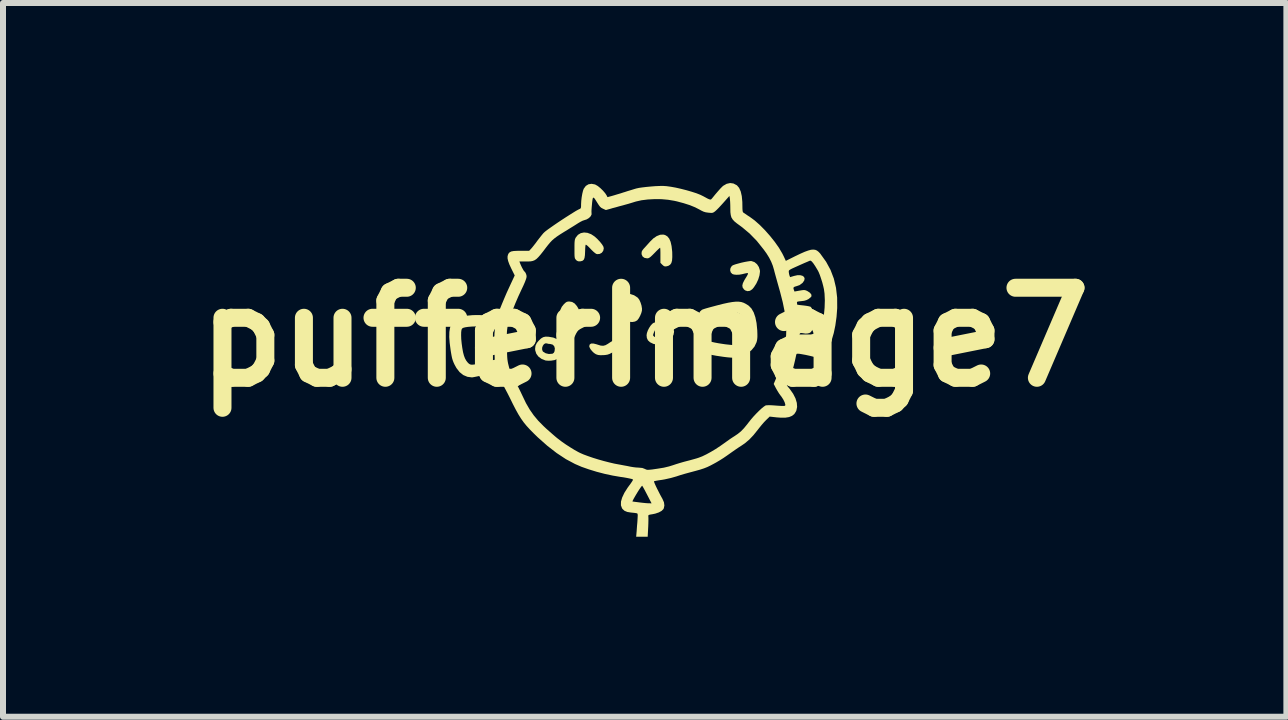
<source format=kicad_pcb>
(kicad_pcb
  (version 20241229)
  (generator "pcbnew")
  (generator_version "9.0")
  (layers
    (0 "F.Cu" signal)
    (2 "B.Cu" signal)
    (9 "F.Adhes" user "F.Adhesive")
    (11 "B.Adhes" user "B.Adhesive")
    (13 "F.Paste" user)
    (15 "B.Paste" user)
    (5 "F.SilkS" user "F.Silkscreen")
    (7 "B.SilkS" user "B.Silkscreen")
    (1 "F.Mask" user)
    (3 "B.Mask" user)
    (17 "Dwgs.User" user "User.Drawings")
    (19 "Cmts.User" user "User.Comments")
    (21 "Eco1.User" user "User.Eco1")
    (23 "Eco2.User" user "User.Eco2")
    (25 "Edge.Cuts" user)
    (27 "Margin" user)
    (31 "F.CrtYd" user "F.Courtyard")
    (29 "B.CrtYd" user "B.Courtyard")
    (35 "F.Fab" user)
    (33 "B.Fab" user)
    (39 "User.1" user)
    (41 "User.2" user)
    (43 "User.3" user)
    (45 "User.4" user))
  (footprint "pufferImage7"
    (layer "F.Cu")
    (at 7.693 2.567)
    (property "Reference" "pufferImage7" (at 0 0 0) (layer "F.SilkS") (effects (font (size 1.5 1.5) (thickness 0.3))))
    (attr board_only exclude_from_pos_files exclude_from_bom)
    (fp_poly (pts (xy -0.242 -0.718) (xy -0.177 -0.697) (xy -0.118 -0.658) (xy -0.112 -0.652) (xy -0.089 -0.621) (xy -0.069 -0.576) (xy -0.053 -0.525) (xy -0.045 -0.475) (xy -0.046 -0.44) (xy -0.057 -0.399) (xy -0.076 -0.354) (xy -0.099 -0.312) (xy -0.123 -0.281) (xy -0.126 -0.278) (xy -0.161 -0.259) (xy -0.205 -0.251) (xy -0.252 -0.254) (xy -0.281 -0.264) (xy -0.326 -0.298) (xy -0.361 -0.348) (xy -0.385 -0.413) (xy -0.397 -0.49) (xy -0.399 -0.531) (xy -0.392 -0.6) (xy -0.374 -0.654) (xy -0.344 -0.693) (xy -0.303 -0.715) (xy -0.253 -0.719)) (stroke (width 0) (type solid)) (fill yes) (layer "F.SilkS"))
    (fp_poly (pts (xy -1.209 -0.585) (xy -1.166 -0.559) (xy -1.128 -0.514) (xy -1.1 -0.465) (xy -1.082 -0.426) (xy -1.072 -0.395) (xy -1.067 -0.362) (xy -1.065 -0.318) (xy -1.065 -0.305) (xy -1.066 -0.259) (xy -1.069 -0.228) (xy -1.076 -0.204) (xy -1.088 -0.183) (xy -1.093 -0.175) (xy -1.135 -0.129) (xy -1.182 -0.099) (xy -1.232 -0.086) (xy -1.281 -0.092) (xy -1.313 -0.108) (xy -1.35 -0.143) (xy -1.38 -0.193) (xy -1.403 -0.254) (xy -1.415 -0.32) (xy -1.415 -0.331) (xy -1.415 -0.401) (xy -1.404 -0.457) (xy -1.381 -0.505) (xy -1.349 -0.545) (xy -1.321 -0.572) (xy -1.3 -0.586) (xy -1.278 -0.592) (xy -1.257 -0.593)) (stroke (width 0) (type solid)) (fill yes) (layer "F.SilkS"))
    (fp_poly (pts (xy -0.49 0.06) (xy -0.483 0.063) (xy -0.453 0.085) (xy -0.437 0.118) (xy -0.437 0.156) (xy -0.453 0.194) (xy -0.46 0.203) (xy -0.478 0.217) (xy -0.507 0.237) (xy -0.543 0.259) (xy -0.545 0.26) (xy -0.586 0.281) (xy -0.621 0.293) (xy -0.66 0.299) (xy -0.692 0.301) (xy -0.741 0.302) (xy -0.777 0.298) (xy -0.807 0.288) (xy -0.814 0.285) (xy -0.846 0.264) (xy -0.877 0.234) (xy -0.904 0.2) (xy -0.92 0.168) (xy -0.924 0.152) (xy -0.916 0.123) (xy -0.893 0.108) (xy -0.855 0.107) (xy -0.803 0.12) (xy -0.785 0.126) (xy -0.733 0.142) (xy -0.691 0.145) (xy -0.653 0.135) (xy -0.614 0.113) (xy -0.572 0.085) (xy -0.542 0.067) (xy -0.521 0.058) (xy -0.505 0.056)) (stroke (width 0) (type solid)) (fill yes) (layer "F.SilkS"))
    (fp_poly (pts (xy 1.781 -1.266) (xy 1.83 -1.249) (xy 1.872 -1.214) (xy 1.902 -1.168) (xy 1.919 -1.115) (xy 1.921 -1.091) (xy 1.913 -1.029) (xy 1.892 -0.96) (xy 1.86 -0.892) (xy 1.82 -0.83) (xy 1.791 -0.796) (xy 1.754 -0.771) (xy 1.713 -0.765) (xy 1.674 -0.778) (xy 1.655 -0.794) (xy 1.633 -0.824) (xy 1.627 -0.858) (xy 1.636 -0.898) (xy 1.661 -0.948) (xy 1.674 -0.97) (xy 1.696 -1.005) (xy 1.713 -1.035) (xy 1.721 -1.054) (xy 1.721 -1.057) (xy 1.72 -1.064) (xy 1.713 -1.067) (xy 1.697 -1.065) (xy 1.668 -1.059) (xy 1.623 -1.048) (xy 1.577 -1.04) (xy 1.529 -1.038) (xy 1.488 -1.042) (xy 1.461 -1.051) (xy 1.434 -1.078) (xy 1.424 -1.114) (xy 1.43 -1.151) (xy 1.452 -1.185) (xy 1.456 -1.188) (xy 1.475 -1.199) (xy 1.511 -1.212) (xy 1.557 -1.225) (xy 1.609 -1.239) (xy 1.663 -1.251) (xy 1.712 -1.26) (xy 1.753 -1.266) (xy 1.779 -1.267)) (stroke (width 0) (type solid)) (fill yes) (layer "F.SilkS"))
    (fp_poly (pts (xy 0.339 -1.701) (xy 0.378 -1.678) (xy 0.409 -1.64) (xy 0.432 -1.587) (xy 0.448 -1.516) (xy 0.458 -1.427) (xy 0.459 -1.411) (xy 0.46 -1.335) (xy 0.456 -1.276) (xy 0.444 -1.234) (xy 0.423 -1.205) (xy 0.394 -1.187) (xy 0.364 -1.179) (xy 0.337 -1.177) (xy 0.316 -1.186) (xy 0.294 -1.205) (xy 0.262 -1.237) (xy 0.262 -1.364) (xy 0.262 -1.412) (xy 0.261 -1.453) (xy 0.259 -1.48) (xy 0.257 -1.49) (xy 0.257 -1.49) (xy 0.248 -1.483) (xy 0.227 -1.464) (xy 0.198 -1.436) (xy 0.164 -1.401) (xy 0.126 -1.363) (xy 0.098 -1.337) (xy 0.077 -1.322) (xy 0.06 -1.314) (xy 0.043 -1.312) (xy 0.04 -1.312) (xy -0.004 -1.32) (xy -0.035 -1.343) (xy -0.051 -1.378) (xy -0.052 -1.396) (xy -0.05 -1.422) (xy -0.038 -1.446) (xy -0.015 -1.475) (xy -0.008 -1.482) (xy 0.022 -1.515) (xy 0.058 -1.555) (xy 0.09 -1.591) (xy 0.145 -1.645) (xy 0.201 -1.683) (xy 0.257 -1.705) (xy 0.31 -1.708)) (stroke (width 0) (type solid)) (fill yes) (layer "F.SilkS"))
    (fp_poly (pts (xy -1.607 -0.006) (xy -1.598 -0.005) (xy -1.523 0.008) (xy -1.465 0.033) (xy -1.423 0.07) (xy -1.397 0.12) (xy -1.386 0.184) (xy -1.385 0.206) (xy -1.392 0.272) (xy -1.414 0.323) (xy -1.45 0.36) (xy -1.503 0.384) (xy -1.561 0.393) (xy -1.601 0.394) (xy -1.637 0.392) (xy -1.653 0.39) (xy -1.718 0.364) (xy -1.77 0.326) (xy -1.806 0.278) (xy -1.824 0.222) (xy -1.825 0.21) (xy -1.709 0.21) (xy -1.698 0.238) (xy -1.692 0.244) (xy -1.649 0.27) (xy -1.597 0.282) (xy -1.542 0.278) (xy -1.535 0.277) (xy -1.513 0.26) (xy -1.502 0.236) (xy -1.497 0.189) (xy -1.508 0.152) (xy -1.533 0.126) (xy -1.57 0.116) (xy -1.576 0.115) (xy -1.609 0.112) (xy -1.631 0.105) (xy -1.657 0.105) (xy -1.68 0.12) (xy -1.698 0.146) (xy -1.709 0.178) (xy -1.709 0.21) (xy -1.825 0.21) (xy -1.826 0.195) (xy -1.82 0.145) (xy -1.798 0.099) (xy -1.765 0.059) (xy -1.727 0.023) (xy -1.692 0.002) (xy -1.655 -0.007)) (stroke (width 0) (type solid)) (fill yes) (layer "F.SilkS"))
    (fp_poly (pts (xy -0.953 -1.737) (xy -0.892 -1.714) (xy -0.832 -1.674) (xy -0.79 -1.636) (xy -0.742 -1.584) (xy -0.709 -1.542) (xy -0.689 -1.509) (xy -0.682 -1.481) (xy -0.682 -1.478) (xy -0.691 -1.437) (xy -0.715 -1.405) (xy -0.749 -1.386) (xy -0.788 -1.382) (xy -0.806 -1.386) (xy -0.825 -1.398) (xy -0.854 -1.422) (xy -0.887 -1.454) (xy -0.904 -1.472) (xy -0.935 -1.504) (xy -0.96 -1.527) (xy -0.978 -1.539) (xy -0.983 -1.539) (xy -0.987 -1.526) (xy -0.99 -1.496) (xy -0.992 -1.455) (xy -0.993 -1.426) (xy -0.996 -1.363) (xy -1.003 -1.318) (xy -1.016 -1.288) (xy -1.037 -1.271) (xy -1.067 -1.263) (xy -1.077 -1.262) (xy -1.109 -1.263) (xy -1.133 -1.275) (xy -1.144 -1.286) (xy -1.154 -1.298) (xy -1.162 -1.31) (xy -1.166 -1.327) (xy -1.169 -1.352) (xy -1.17 -1.388) (xy -1.17 -1.441) (xy -1.17 -1.468) (xy -1.17 -1.529) (xy -1.169 -1.574) (xy -1.166 -1.606) (xy -1.162 -1.628) (xy -1.155 -1.646) (xy -1.149 -1.658) (xy -1.112 -1.704) (xy -1.065 -1.732) (xy -1.011 -1.743)) (stroke (width 0) (type solid)) (fill yes) (layer "F.SilkS"))
    (fp_poly (pts (xy 0.333 -0.275) (xy 0.388 -0.254) (xy 0.435 -0.218) (xy 0.449 -0.2) (xy 0.48 -0.144) (xy 0.49 -0.089) (xy 0.48 -0.036) (xy 0.448 0.017) (xy 0.42 0.046) (xy 0.387 0.075) (xy 0.353 0.098) (xy 0.331 0.111) (xy 0.292 0.121) (xy 0.242 0.125) (xy 0.191 0.122) (xy 0.148 0.114) (xy 0.142 0.112) (xy 0.089 0.086) (xy 0.054 0.054) (xy 0.036 0.014) (xy 0.032 -0.025) (xy 0.141 -0.025) (xy 0.159 -0.006) (xy 0.194 0.005) (xy 0.244 0.01) (xy 0.275 0.008) (xy 0.299 0.000038) (xy 0.324 -0.019) (xy 0.335 -0.03) (xy 0.364 -0.06) (xy 0.376 -0.084) (xy 0.371 -0.107) (xy 0.354 -0.131) (xy 0.336 -0.147) (xy 0.314 -0.155) (xy 0.28 -0.159) (xy 0.271 -0.159) (xy 0.234 -0.158) (xy 0.206 -0.153) (xy 0.195 -0.148) (xy 0.18 -0.129) (xy 0.164 -0.1) (xy 0.15 -0.068) (xy 0.141 -0.04) (xy 0.141 -0.025) (xy 0.032 -0.025) (xy 0.031 -0.029) (xy 0.037 -0.067) (xy 0.052 -0.11) (xy 0.074 -0.153) (xy 0.1 -0.192) (xy 0.127 -0.222) (xy 0.152 -0.239) (xy 0.162 -0.241) (xy 0.175 -0.245) (xy 0.2 -0.256) (xy 0.217 -0.263) (xy 0.274 -0.278)) (stroke (width 0) (type solid)) (fill yes) (layer "F.SilkS"))
    (fp_poly (pts (xy 1.567 -0.59) (xy 1.61 -0.584) (xy 1.648 -0.572) (xy 1.684 -0.554) (xy 1.721 -0.531) (xy 1.735 -0.521) (xy 1.779 -0.476) (xy 1.816 -0.412) (xy 1.844 -0.331) (xy 1.864 -0.234) (xy 1.875 -0.122) (xy 1.876 -0.109) (xy 1.878 -0.048) (xy 1.878 -0.002) (xy 1.875 0.033) (xy 1.87 0.063) (xy 1.863 0.088) (xy 1.83 0.158) (xy 1.779 0.219) (xy 1.711 0.27) (xy 1.627 0.312) (xy 1.575 0.329) (xy 1.543 0.338) (xy 1.512 0.342) (xy 1.476 0.344) (xy 1.432 0.342) (xy 1.376 0.337) (xy 1.304 0.328) (xy 1.291 0.326) (xy 1.191 0.311) (xy 1.111 0.296) (xy 1.048 0.28) (xy 1 0.263) (xy 0.967 0.242) (xy 0.946 0.218) (xy 0.936 0.19) (xy 0.934 0.168) (xy 0.939 0.131) (xy 0.957 0.102) (xy 0.959 0.1) (xy 0.985 0.079) (xy 1.014 0.069) (xy 1.05 0.068) (xy 1.098 0.076) (xy 1.126 0.082) (xy 1.171 0.092) (xy 1.23 0.103) (xy 1.294 0.113) (xy 1.349 0.121) (xy 1.405 0.127) (xy 1.445 0.131) (xy 1.474 0.133) (xy 1.497 0.131) (xy 1.517 0.126) (xy 1.541 0.117) (xy 1.546 0.115) (xy 1.585 0.098) (xy 1.62 0.076) (xy 1.636 0.062) (xy 1.652 0.045) (xy 1.662 0.026) (xy 1.668 0.000171) (xy 1.673 -0.039) (xy 1.674 -0.057) (xy 1.675 -0.151) (xy 1.664 -0.242) (xy 1.642 -0.323) (xy 1.64 -0.328) (xy 1.616 -0.364) (xy 1.579 -0.392) (xy 1.537 -0.408) (xy 1.52 -0.409) (xy 1.501 -0.407) (xy 1.467 -0.401) (xy 1.42 -0.391) (xy 1.366 -0.379) (xy 1.333 -0.371) (xy 1.24 -0.35) (xy 1.165 -0.333) (xy 1.106 -0.319) (xy 1.061 -0.309) (xy 1.028 -0.303) (xy 1.004 -0.299) (xy 0.988 -0.297) (xy 0.976 -0.298) (xy 0.967 -0.3) (xy 0.959 -0.303) (xy 0.956 -0.304) (xy 0.925 -0.326) (xy 0.909 -0.358) (xy 0.908 -0.393) (xy 0.922 -0.426) (xy 0.95 -0.452) (xy 0.961 -0.458) (xy 0.986 -0.467) (xy 1.025 -0.479) (xy 1.071 -0.492) (xy 1.093 -0.498) (xy 1.209 -0.529) (xy 1.307 -0.554) (xy 1.39 -0.572) (xy 1.459 -0.584) (xy 1.517 -0.59)) (stroke (width 0) (type solid)) (fill yes) (layer "F.SilkS"))
    (fp_poly (pts (xy 1.48 -2.559) (xy 1.533 -2.531) (xy 1.537 -2.529) (xy 1.573 -2.487) (xy 1.6 -2.427) (xy 1.618 -2.349) (xy 1.627 -2.252) (xy 1.628 -2.192) (xy 1.629 -2.135) (xy 1.632 -2.098) (xy 1.639 -2.079) (xy 1.64 -2.078) (xy 1.654 -2.068) (xy 1.681 -2.05) (xy 1.717 -2.025) (xy 1.75 -2.004) (xy 1.832 -1.944) (xy 1.918 -1.868) (xy 2.005 -1.78) (xy 2.089 -1.685) (xy 2.168 -1.586) (xy 2.237 -1.488) (xy 2.293 -1.393) (xy 2.316 -1.347) (xy 2.352 -1.27) (xy 2.412 -1.3) (xy 2.512 -1.35) (xy 2.596 -1.39) (xy 2.666 -1.421) (xy 2.724 -1.442) (xy 2.771 -1.455) (xy 2.809 -1.458) (xy 2.842 -1.454) (xy 2.87 -1.442) (xy 2.896 -1.422) (xy 2.922 -1.395) (xy 2.931 -1.383) (xy 3.023 -1.255) (xy 3.097 -1.119) (xy 3.152 -0.974) (xy 3.188 -0.821) (xy 3.207 -0.658) (xy 3.208 -0.484) (xy 3.197 -0.337) (xy 3.177 -0.194) (xy 3.151 -0.068) (xy 3.117 0.048) (xy 3.076 0.157) (xy 3.06 0.194) (xy 3.025 0.259) (xy 2.986 0.305) (xy 2.943 0.332) (xy 2.893 0.341) (xy 2.834 0.333) (xy 2.826 0.331) (xy 2.755 0.313) (xy 2.682 0.297) (xy 2.616 0.285) (xy 2.58 0.279) (xy 2.549 0.277) (xy 2.534 0.279) (xy 2.527 0.29) (xy 2.525 0.297) (xy 2.506 0.385) (xy 2.485 0.472) (xy 2.463 0.556) (xy 2.441 0.631) (xy 2.421 0.695) (xy 2.402 0.744) (xy 2.391 0.768) (xy 2.369 0.806) (xy 2.419 0.867) (xy 2.474 0.945) (xy 2.513 1.022) (xy 2.535 1.096) (xy 2.54 1.164) (xy 2.527 1.226) (xy 2.52 1.24) (xy 2.493 1.283) (xy 2.455 1.313) (xy 2.406 1.333) (xy 2.344 1.343) (xy 2.265 1.343) (xy 2.198 1.338) (xy 2.083 1.325) (xy 2.022 1.384) (xy 1.989 1.418) (xy 1.95 1.463) (xy 1.911 1.511) (xy 1.886 1.543) (xy 1.813 1.634) (xy 1.742 1.709) (xy 1.668 1.771) (xy 1.608 1.812) (xy 1.563 1.841) (xy 1.51 1.877) (xy 1.457 1.914) (xy 1.433 1.931) (xy 1.368 1.977) (xy 1.311 2.016) (xy 1.254 2.052) (xy 1.188 2.091) (xy 1.155 2.109) (xy 1.097 2.14) (xy 1.043 2.166) (xy 0.987 2.188) (xy 0.923 2.209) (xy 0.847 2.23) (xy 0.806 2.241) (xy 0.739 2.259) (xy 0.666 2.279) (xy 0.595 2.3) (xy 0.537 2.319) (xy 0.535 2.32) (xy 0.437 2.348) (xy 0.334 2.371) (xy 0.289 2.379) (xy 0.239 2.386) (xy 0.198 2.393) (xy 0.168 2.399) (xy 0.155 2.403) (xy 0.155 2.403) (xy 0.157 2.414) (xy 0.167 2.441) (xy 0.184 2.479) (xy 0.206 2.525) (xy 0.232 2.576) (xy 0.259 2.629) (xy 0.287 2.68) (xy 0.296 2.696) (xy 0.321 2.753) (xy 0.328 2.807) (xy 0.318 2.854) (xy 0.31 2.869) (xy 0.281 2.897) (xy 0.235 2.922) (xy 0.176 2.942) (xy 0.128 2.952) (xy 0.09 2.958) (xy 0.069 2.964) (xy 0.061 2.972) (xy 0.06 2.984) (xy 0.061 2.993) (xy 0.062 3.015) (xy 0.062 3.052) (xy 0.061 3.101) (xy 0.059 3.157) (xy 0.058 3.175) (xy 0.05 3.327) (xy -0.046 3.327) (xy -0.142 3.327) (xy -0.134 3.235) (xy -0.128 3.149) (xy -0.122 3.082) (xy -0.119 3.03) (xy -0.117 2.993) (xy -0.116 2.967) (xy -0.118 2.951) (xy -0.121 2.942) (xy -0.126 2.938) (xy -0.132 2.936) (xy -0.138 2.935) (xy -0.161 2.931) (xy -0.197 2.927) (xy -0.229 2.924) (xy -0.29 2.914) (xy -0.336 2.895) (xy -0.369 2.865) (xy -0.378 2.852) (xy -0.396 2.803) (xy -0.395 2.743) (xy -0.394 2.738) (xy -0.204 2.738) (xy -0.203 2.74) (xy -0.189 2.742) (xy -0.16 2.746) (xy -0.119 2.751) (xy -0.089 2.755) (xy -0.038 2.761) (xy 0.011 2.766) (xy 0.051 2.769) (xy 0.065 2.769) (xy 0.115 2.771) (xy 0.039 2.624) (xy 0.013 2.574) (xy -0.01 2.531) (xy -0.028 2.499) (xy -0.039 2.481) (xy -0.042 2.477) (xy -0.051 2.485) (xy -0.068 2.507) (xy -0.09 2.539) (xy -0.115 2.578) (xy -0.14 2.619) (xy -0.164 2.66) (xy -0.184 2.695) (xy -0.198 2.723) (xy -0.204 2.738) (xy -0.394 2.738) (xy -0.376 2.675) (xy -0.339 2.596) (xy -0.283 2.508) (xy -0.238 2.447) (xy -0.216 2.415) (xy -0.2 2.39) (xy -0.195 2.374) (xy -0.196 2.373) (xy -0.213 2.365) (xy -0.248 2.357) (xy -0.297 2.347) (xy -0.359 2.336) (xy -0.404 2.33) (xy -0.533 2.308) (xy -0.668 2.279) (xy -0.802 2.244) (xy -0.932 2.204) (xy -1.052 2.162) (xy -1.156 2.117) (xy -1.161 2.115) (xy -1.313 2.034) (xy -1.466 1.933) (xy -1.622 1.812) (xy -1.781 1.671) (xy -1.848 1.606) (xy -1.913 1.54) (xy -1.968 1.48) (xy -2.017 1.42) (xy -2.061 1.358) (xy -2.104 1.289) (xy -2.148 1.21) (xy -2.196 1.117) (xy -2.221 1.066) (xy -2.253 1.001) (xy -2.285 0.938) (xy -2.315 0.881) (xy -2.34 0.834) (xy -2.359 0.802) (xy -2.361 0.798) (xy -2.387 0.752) (xy -2.411 0.698) (xy -2.427 0.657) (xy -2.438 0.62) (xy -2.447 0.593) (xy -2.452 0.579) (xy -2.452 0.579) (xy -2.463 0.58) (xy -2.491 0.586) (xy -2.532 0.595) (xy -2.585 0.607) (xy -2.645 0.622) (xy -2.652 0.623) (xy -2.715 0.639) (xy -2.773 0.652) (xy -2.822 0.662) (xy -2.858 0.669) (xy -2.878 0.672) (xy -2.878 0.672) (xy -2.954 0.662) (xy -3.023 0.633) (xy -3.084 0.584) (xy -3.137 0.516) (xy -3.169 0.458) (xy -3.186 0.421) (xy -3.199 0.387) (xy -3.21 0.35) (xy -3.219 0.306) (xy -3.229 0.249) (xy -3.235 0.21) (xy -3.25 0.095) (xy -3.257 -0.002) (xy -3.256 -0.029) (xy -3.059 -0.029) (xy -3.057 0.034) (xy -3.05 0.105) (xy -3.04 0.178) (xy -3.027 0.252) (xy -3.012 0.309) (xy -2.995 0.354) (xy -2.974 0.392) (xy -2.95 0.423) (xy -2.932 0.441) (xy -2.914 0.453) (xy -2.893 0.46) (xy -2.864 0.46) (xy -2.826 0.455) (xy -2.774 0.444) (xy -2.705 0.428) (xy -2.7 0.426) (xy -2.645 0.413) (xy -2.596 0.401) (xy -2.556 0.391) (xy -2.531 0.385) (xy -2.527 0.384) (xy -2.499 0.378) (xy -2.504 0.197) (xy -2.506 0.128) (xy -2.506 0.058) (xy -2.505 -0.004) (xy -2.297 -0.004) (xy -2.297 0.06) (xy -2.296 0.141) (xy -2.296 0.142) (xy -2.295 0.22) (xy -2.293 0.282) (xy -2.291 0.33) (xy -2.288 0.37) (xy -2.283 0.404) (xy -2.277 0.437) (xy -2.268 0.473) (xy -2.259 0.509) (xy -2.238 0.58) (xy -2.216 0.639) (xy -2.195 0.683) (xy -2.192 0.687) (xy -2.149 0.758) (xy -2.111 0.826) (xy -2.075 0.898) (xy -2.037 0.978) (xy -1.978 1.101) (xy -1.916 1.208) (xy -1.849 1.304) (xy -1.773 1.395) (xy -1.684 1.485) (xy -1.637 1.529) (xy -1.587 1.573) (xy -1.538 1.616) (xy -1.493 1.655) (xy -1.457 1.685) (xy -1.441 1.697) (xy -1.381 1.743) (xy -1.312 1.791) (xy -1.239 1.838) (xy -1.169 1.881) (xy -1.106 1.916) (xy -1.076 1.931) (xy -1.019 1.956) (xy -0.946 1.983) (xy -0.862 2.012) (xy -0.771 2.04) (xy -0.679 2.066) (xy -0.589 2.089) (xy -0.508 2.108) (xy -0.467 2.116) (xy -0.406 2.127) (xy -0.343 2.139) (xy -0.288 2.149) (xy -0.245 2.158) (xy -0.241 2.159) (xy -0.193 2.167) (xy -0.144 2.173) (xy -0.105 2.175) (xy -0.04 2.181) (xy -0.005 2.194) (xy 0.013 2.202) (xy 0.027 2.208) (xy 0.042 2.212) (xy 0.061 2.212) (xy 0.088 2.21) (xy 0.127 2.206) (xy 0.181 2.198) (xy 0.216 2.193) (xy 0.32 2.176) (xy 0.407 2.155) (xy 0.471 2.135) (xy 0.525 2.117) (xy 0.59 2.097) (xy 0.656 2.078) (xy 0.698 2.067) (xy 0.756 2.052) (xy 0.817 2.035) (xy 0.87 2.02) (xy 0.903 2.009) (xy 0.96 1.987) (xy 1.028 1.954) (xy 1.103 1.913) (xy 1.182 1.866) (xy 1.259 1.815) (xy 1.32 1.772) (xy 1.369 1.737) (xy 1.421 1.7) (xy 1.469 1.668) (xy 1.493 1.653) (xy 1.552 1.613) (xy 1.605 1.57) (xy 1.654 1.519) (xy 1.706 1.456) (xy 1.732 1.422) (xy 1.77 1.374) (xy 1.814 1.323) (xy 1.86 1.274) (xy 1.906 1.228) (xy 1.949 1.188) (xy 1.985 1.159) (xy 2.012 1.141) (xy 2.02 1.138) (xy 2.043 1.136) (xy 2.081 1.135) (xy 2.127 1.137) (xy 2.156 1.139) (xy 2.223 1.144) (xy 2.272 1.147) (xy 2.306 1.148) (xy 2.327 1.147) (xy 2.339 1.143) (xy 2.343 1.136) (xy 2.343 1.126) (xy 2.343 1.123) (xy 2.332 1.086) (xy 2.31 1.041) (xy 2.279 0.993) (xy 2.261 0.97) (xy 2.238 0.938) (xy 2.212 0.896) (xy 2.188 0.854) (xy 2.188 0.854) (xy 2.15 0.781) (xy 2.192 0.682) (xy 2.213 0.627) (xy 2.235 0.56) (xy 2.258 0.485) (xy 2.279 0.409) (xy 2.297 0.337) (xy 2.309 0.276) (xy 2.314 0.247) (xy 2.319 0.214) (xy 2.327 0.168) (xy 2.336 0.115) (xy 2.343 0.079) (xy 2.357 -0.032) (xy 2.36 -0.152) (xy 2.352 -0.282) (xy 2.332 -0.425) (xy 2.3 -0.582) (xy 2.256 -0.754) (xy 2.241 -0.807) (xy 2.221 -0.878) (xy 2.201 -0.95) (xy 2.182 -1.018) (xy 2.166 -1.077) (xy 2.163 -1.088) (xy 2.401 -1.088) (xy 2.401 -1.084) (xy 2.406 -1.051) (xy 2.413 -1.025) (xy 2.423 -0.999) (xy 2.486 -1.018) (xy 2.544 -1.031) (xy 2.592 -1.031) (xy 2.63 -1.021) (xy 2.655 -1.002) (xy 2.665 -0.976) (xy 2.659 -0.944) (xy 2.634 -0.907) (xy 2.627 -0.9) (xy 2.581 -0.866) (xy 2.532 -0.849) (xy 2.498 -0.839) (xy 2.481 -0.827) (xy 2.479 -0.808) (xy 2.487 -0.784) (xy 2.496 -0.759) (xy 2.58 -0.774) (xy 2.622 -0.781) (xy 2.651 -0.784) (xy 2.672 -0.782) (xy 2.693 -0.775) (xy 2.714 -0.765) (xy 2.753 -0.739) (xy 2.776 -0.711) (xy 2.78 -0.683) (xy 2.778 -0.678) (xy 2.766 -0.663) (xy 2.743 -0.644) (xy 2.729 -0.633) (xy 2.695 -0.616) (xy 2.658 -0.605) (xy 2.61 -0.599) (xy 2.571 -0.595) (xy 2.549 -0.591) (xy 2.539 -0.585) (xy 2.537 -0.574) (xy 2.538 -0.567) (xy 2.541 -0.547) (xy 2.543 -0.539) (xy 2.554 -0.538) (xy 2.581 -0.534) (xy 2.619 -0.53) (xy 2.647 -0.527) (xy 2.693 -0.521) (xy 2.732 -0.514) (xy 2.759 -0.507) (xy 2.767 -0.503) (xy 2.788 -0.474) (xy 2.794 -0.44) (xy 2.785 -0.408) (xy 2.761 -0.384) (xy 2.752 -0.379) (xy 2.728 -0.373) (xy 2.69 -0.367) (xy 2.647 -0.362) (xy 2.642 -0.361) (xy 2.6 -0.357) (xy 2.576 -0.352) (xy 2.566 -0.346) (xy 2.566 -0.339) (xy 2.57 -0.318) (xy 2.571 -0.289) (xy 2.571 -0.288) (xy 2.571 -0.251) (xy 2.632 -0.253) (xy 2.688 -0.252) (xy 2.73 -0.243) (xy 2.762 -0.224) (xy 2.764 -0.222) (xy 2.789 -0.188) (xy 2.797 -0.15) (xy 2.79 -0.113) (xy 2.768 -0.082) (xy 2.744 -0.067) (xy 2.711 -0.059) (xy 2.678 -0.058) (xy 2.677 -0.058) (xy 2.633 -0.065) (xy 2.605 -0.068) (xy 2.59 -0.064) (xy 2.582 -0.051) (xy 2.577 -0.026) (xy 2.573 0.003) (xy 2.568 0.04) (xy 2.565 0.067) (xy 2.564 0.08) (xy 2.564 0.08) (xy 2.575 0.083) (xy 2.602 0.087) (xy 2.639 0.092) (xy 2.656 0.094) (xy 2.705 0.101) (xy 2.754 0.11) (xy 2.792 0.118) (xy 2.797 0.119) (xy 2.821 0.125) (xy 2.839 0.127) (xy 2.852 0.121) (xy 2.864 0.106) (xy 2.877 0.078) (xy 2.893 0.035) (xy 2.905 -0.000311) (xy 2.939 -0.112) (xy 2.966 -0.235) (xy 2.986 -0.362) (xy 2.998 -0.489) (xy 3.002 -0.612) (xy 2.997 -0.724) (xy 2.987 -0.798) (xy 2.975 -0.851) (xy 2.959 -0.912) (xy 2.939 -0.975) (xy 2.919 -1.034) (xy 2.899 -1.083) (xy 2.884 -1.112) (xy 2.843 -1.18) (xy 2.81 -1.229) (xy 2.784 -1.26) (xy 2.765 -1.273) (xy 2.756 -1.274) (xy 2.741 -1.268) (xy 2.709 -1.254) (xy 2.666 -1.236) (xy 2.614 -1.213) (xy 2.567 -1.192) (xy 2.507 -1.165) (xy 2.463 -1.145) (xy 2.433 -1.13) (xy 2.414 -1.118) (xy 2.404 -1.109) (xy 2.401 -1.099) (xy 2.401 -1.088) (xy 2.163 -1.088) (xy 2.157 -1.113) (xy 2.135 -1.188) (xy 2.108 -1.256) (xy 2.074 -1.323) (xy 2.03 -1.394) (xy 1.983 -1.459) (xy 1.868 -1.603) (xy 1.748 -1.726) (xy 1.624 -1.83) (xy 1.597 -1.85) (xy 1.538 -1.893) (xy 1.495 -1.928) (xy 1.465 -1.961) (xy 1.445 -1.994) (xy 1.434 -2.034) (xy 1.428 -2.082) (xy 1.427 -2.144) (xy 1.427 -2.151) (xy 1.426 -2.204) (xy 1.424 -2.253) (xy 1.421 -2.292) (xy 1.419 -2.312) (xy 1.412 -2.352) (xy 1.31 -2.237) (xy 1.271 -2.194) (xy 1.233 -2.153) (xy 1.2 -2.12) (xy 1.176 -2.098) (xy 1.171 -2.094) (xy 1.15 -2.079) (xy 1.131 -2.071) (xy 1.108 -2.069) (xy 1.072 -2.072) (xy 1.061 -2.073) (xy 1.018 -2.079) (xy 0.981 -2.09) (xy 0.943 -2.108) (xy 0.911 -2.126) (xy 0.841 -2.162) (xy 0.753 -2.198) (xy 0.65 -2.231) (xy 0.534 -2.262) (xy 0.492 -2.271) (xy 0.391 -2.288) (xy 0.281 -2.298) (xy 0.166 -2.299) (xy 0.053 -2.293) (xy -0.053 -2.28) (xy -0.146 -2.259) (xy -0.166 -2.253) (xy -0.211 -2.239) (xy -0.267 -2.222) (xy -0.328 -2.205) (xy -0.367 -2.194) (xy -0.425 -2.179) (xy -0.484 -2.162) (xy -0.538 -2.148) (xy -0.567 -2.139) (xy -0.647 -2.117) (xy -0.695 -2.139) (xy -0.722 -2.153) (xy -0.744 -2.172) (xy -0.766 -2.201) (xy -0.787 -2.234) (xy -0.816 -2.28) (xy -0.836 -2.31) (xy -0.851 -2.323) (xy -0.86 -2.322) (xy -0.865 -2.312) (xy -0.87 -2.288) (xy -0.875 -2.251) (xy -0.879 -2.207) (xy -0.883 -2.162) (xy -0.886 -2.121) (xy -0.887 -2.089) (xy -0.886 -2.074) (xy -0.885 -2.044) (xy -0.9 -2.013) (xy -0.929 -1.984) (xy -0.967 -1.961) (xy -1.007 -1.948) (xy -1.034 -1.939) (xy -1.07 -1.921) (xy -1.109 -1.898) (xy -1.112 -1.896) (xy -1.145 -1.875) (xy -1.191 -1.846) (xy -1.245 -1.813) (xy -1.302 -1.777) (xy -1.339 -1.755) (xy -1.408 -1.712) (xy -1.462 -1.676) (xy -1.506 -1.643) (xy -1.543 -1.611) (xy -1.577 -1.575) (xy -1.612 -1.533) (xy -1.641 -1.496) (xy -1.694 -1.426) (xy -1.737 -1.372) (xy -1.773 -1.331) (xy -1.804 -1.301) (xy -1.834 -1.281) (xy -1.864 -1.269) (xy -1.898 -1.262) (xy -1.937 -1.26) (xy -1.977 -1.26) (xy -2.088 -1.26) (xy -2.077 -1.231) (xy -2.063 -1.197) (xy -2.046 -1.161) (xy -2.028 -1.128) (xy -2.013 -1.103) (xy -2.003 -1.092) (xy -2.002 -1.092) (xy -1.993 -1.083) (xy -1.981 -1.061) (xy -1.978 -1.054) (xy -1.971 -1.034) (xy -1.968 -1.013) (xy -1.971 -0.987) (xy -1.981 -0.956) (xy -1.997 -0.914) (xy -2.021 -0.859) (xy -2.053 -0.791) (xy -2.106 -0.677) (xy -2.154 -0.566) (xy -2.196 -0.461) (xy -2.231 -0.366) (xy -2.258 -0.283) (xy -2.276 -0.215) (xy -2.279 -0.206) (xy -2.286 -0.168) (xy -2.291 -0.133) (xy -2.295 -0.097) (xy -2.297 -0.055) (xy -2.297 -0.004) (xy -2.505 -0.004) (xy -2.505 -0.006) (xy -2.503 -0.06) (xy -2.501 -0.081) (xy -2.492 -0.178) (xy -2.703 -0.178) (xy -2.803 -0.178) (xy -2.883 -0.175) (xy -2.945 -0.17) (xy -2.991 -0.163) (xy -3.024 -0.154) (xy -3.043 -0.142) (xy -3.044 -0.141) (xy -3.053 -0.12) (xy -3.058 -0.082) (xy -3.059 -0.029) (xy -3.256 -0.029) (xy -3.255 -0.084) (xy -3.245 -0.151) (xy -3.226 -0.206) (xy -3.198 -0.25) (xy -3.16 -0.286) (xy -3.112 -0.315) (xy -3.044 -0.34) (xy -2.96 -0.357) (xy -2.861 -0.366) (xy -2.751 -0.367) (xy -2.631 -0.358) (xy -2.619 -0.357) (xy -2.572 -0.353) (xy -2.528 -0.352) (xy -2.495 -0.353) (xy -2.493 -0.354) (xy -2.47 -0.358) (xy -2.455 -0.366) (xy -2.444 -0.382) (xy -2.432 -0.413) (xy -2.428 -0.424) (xy -2.405 -0.487) (xy -2.374 -0.563) (xy -2.338 -0.649) (xy -2.299 -0.74) (xy -2.258 -0.829) (xy -2.233 -0.883) (xy -2.166 -1.027) (xy -2.223 -1.142) (xy -2.255 -1.211) (xy -2.275 -1.266) (xy -2.285 -1.31) (xy -2.285 -1.346) (xy -2.277 -1.375) (xy -2.265 -1.398) (xy -2.247 -1.415) (xy -2.222 -1.427) (xy -2.184 -1.434) (xy -2.133 -1.437) (xy -2.065 -1.438) (xy -1.925 -1.438) (xy -1.893 -1.472) (xy -1.874 -1.494) (xy -1.846 -1.529) (xy -1.814 -1.57) (xy -1.788 -1.606) (xy -1.754 -1.65) (xy -1.72 -1.693) (xy -1.691 -1.728) (xy -1.673 -1.746) (xy -1.652 -1.764) (xy -1.615 -1.792) (xy -1.567 -1.826) (xy -1.51 -1.866) (xy -1.447 -1.909) (xy -1.381 -1.953) (xy -1.315 -1.996) (xy -1.252 -2.036) (xy -1.195 -2.072) (xy -1.148 -2.101) (xy -1.112 -2.121) (xy -1.094 -2.13) (xy -1.076 -2.138) (xy -1.066 -2.148) (xy -1.061 -2.166) (xy -1.06 -2.197) (xy -1.06 -2.213) (xy -1.057 -2.269) (xy -1.05 -2.33) (xy -1.04 -2.388) (xy -1.028 -2.438) (xy -1.015 -2.474) (xy -1.014 -2.474) (xy -0.981 -2.519) (xy -0.937 -2.546) (xy -0.886 -2.554) (xy -0.831 -2.544) (xy -0.819 -2.539) (xy -0.781 -2.517) (xy -0.738 -2.482) (xy -0.695 -2.44) (xy -0.658 -2.397) (xy -0.635 -2.362) (xy -0.62 -2.332) (xy -0.549 -2.351) (xy -0.511 -2.362) (xy -0.459 -2.378) (xy -0.401 -2.395) (xy -0.343 -2.414) (xy -0.341 -2.414) (xy -0.283 -2.433) (xy -0.226 -2.45) (xy -0.175 -2.466) (xy -0.138 -2.477) (xy -0.136 -2.477) (xy -0.095 -2.486) (xy -0.039 -2.494) (xy 0.029 -2.502) (xy 0.103 -2.509) (xy 0.178 -2.515) (xy 0.25 -2.518) (xy 0.304 -2.519) (xy 0.363 -2.515) (xy 0.436 -2.505) (xy 0.519 -2.49) (xy 0.607 -2.47) (xy 0.697 -2.447) (xy 0.783 -2.422) (xy 0.861 -2.397) (xy 0.927 -2.371) (xy 0.976 -2.347) (xy 1.013 -2.327) (xy 1.048 -2.308) (xy 1.068 -2.299) (xy 1.092 -2.291) (xy 1.107 -2.295) (xy 1.123 -2.312) (xy 1.123 -2.312) (xy 1.175 -2.376) (xy 1.223 -2.432) (xy 1.264 -2.478) (xy 1.297 -2.511) (xy 1.31 -2.522) (xy 1.366 -2.554) (xy 1.424 -2.567)) (stroke (width 0) (type solid)) (fill yes) (layer "F.SilkS")))
  (gr_rect
    (start -3 -3)
    (end 18.386 8.894)
    (stroke (width 0.1) (type default))
    (fill no)
    (layer "Edge.Cuts")))
</source>
